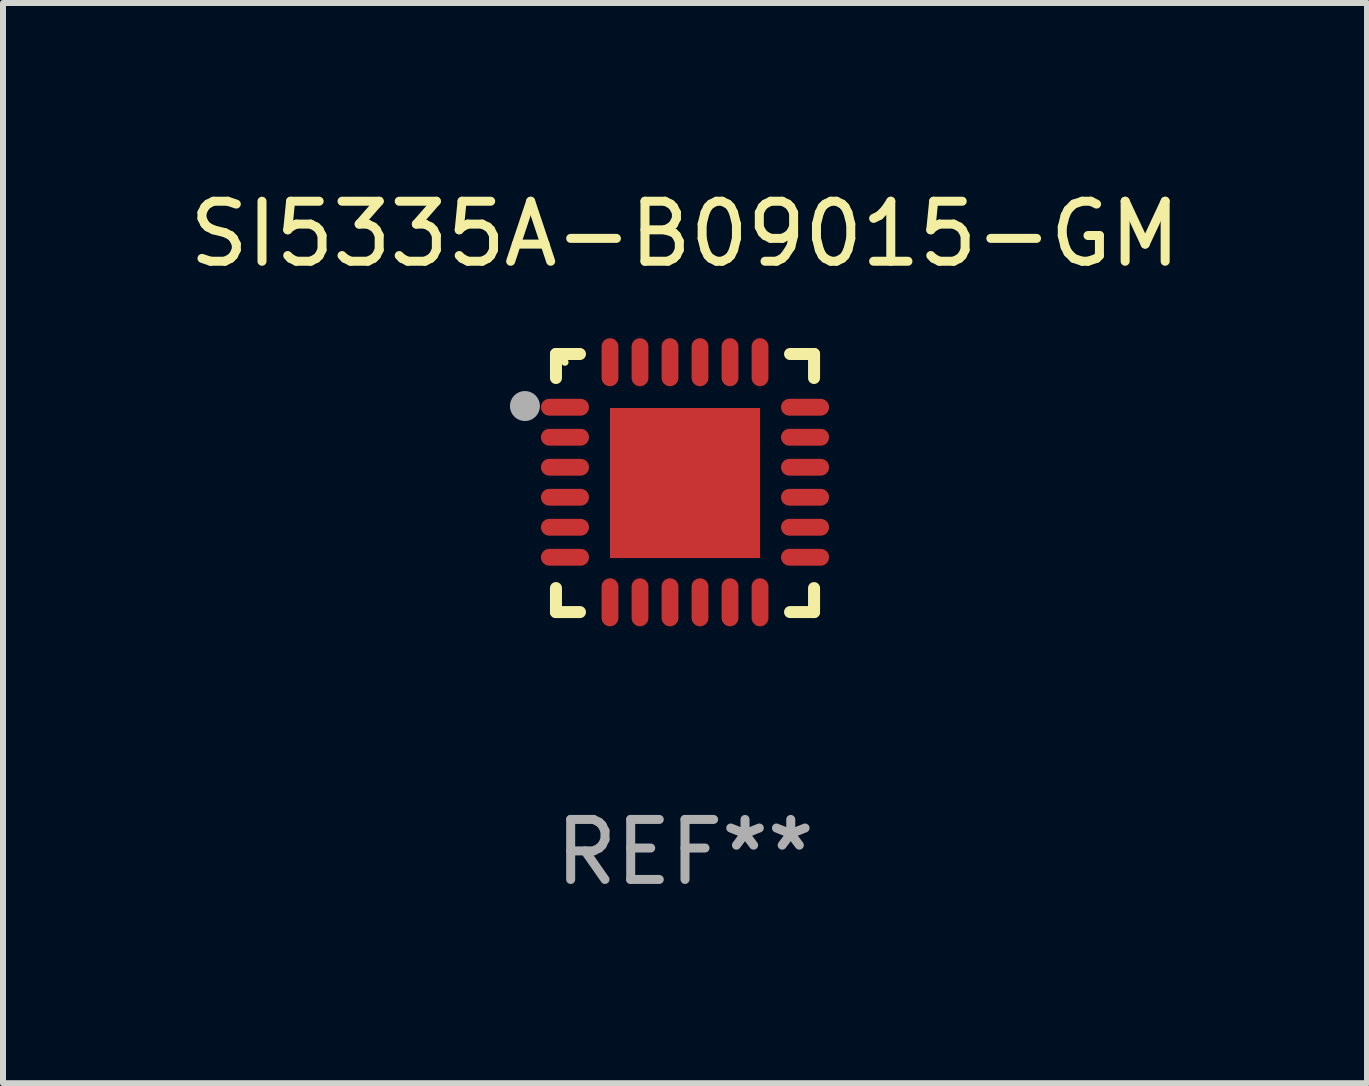
<source format=kicad_pcb>
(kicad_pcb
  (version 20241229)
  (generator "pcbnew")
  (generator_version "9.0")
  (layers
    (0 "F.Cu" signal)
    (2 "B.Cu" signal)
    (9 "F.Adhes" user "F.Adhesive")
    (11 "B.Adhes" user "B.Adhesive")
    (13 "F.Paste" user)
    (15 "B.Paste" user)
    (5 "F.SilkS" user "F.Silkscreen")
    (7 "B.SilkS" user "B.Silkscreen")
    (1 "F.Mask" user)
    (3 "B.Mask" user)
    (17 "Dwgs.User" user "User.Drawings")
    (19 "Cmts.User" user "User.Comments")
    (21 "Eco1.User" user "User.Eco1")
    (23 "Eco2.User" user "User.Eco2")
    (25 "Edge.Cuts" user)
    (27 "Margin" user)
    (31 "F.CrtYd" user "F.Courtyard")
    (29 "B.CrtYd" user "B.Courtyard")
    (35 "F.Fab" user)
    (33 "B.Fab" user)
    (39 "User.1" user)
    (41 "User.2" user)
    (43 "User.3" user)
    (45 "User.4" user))
  (footprint "SI5335A-B09015-GM"
    (layer "F.Cu")
    (at 8.363 4.998)
    (property "Reference" "SI5335A-B09015-GM" (at 0 -4.15 0) (layer "F.SilkS") (effects (font (size 1 1) (thickness 0.15))))
    (attr through_hole)
    (fp_line (start -2.15 -2.15) (end -1.75 -2.15) (stroke (width 0.2) (type solid)) (layer "F.SilkS"))
    (fp_line (start -2.15 -1.75) (end -2.15 -2.15) (stroke (width 0.2) (type solid)) (layer "F.SilkS"))
    (fp_line (start -2.15 2.15) (end -2.15 1.75) (stroke (width 0.2) (type solid)) (layer "F.SilkS"))
    (fp_line (start -1.75 2.15) (end -2.15 2.15) (stroke (width 0.2) (type solid)) (layer "F.SilkS"))
    (fp_line (start 1.75 -2.15) (end 2.15 -2.15) (stroke (width 0.2) (type solid)) (layer "F.SilkS"))
    (fp_line (start 1.75 2.15) (end 2.15 2.15) (stroke (width 0.2) (type solid)) (layer "F.SilkS"))
    (fp_line (start 2.15 -2.15) (end 2.15 -1.75) (stroke (width 0.2) (type solid)) (layer "F.SilkS"))
    (fp_line (start 2.15 2.15) (end 2.15 1.75) (stroke (width 0.2) (type solid)) (layer "F.SilkS"))
    (fp_circle (center -2 -2.013) (end -1.97 -2.013) (stroke (width 0.06) (type solid)) (fill no) (layer "F.SilkS"))
    (fp_circle (center -2.667 -1.283) (end -2.542 -1.283) (stroke (width 0.25) (type solid)) (fill no) (layer "F.Fab"))
    (fp_text user "REF**" (at 0 6.15 0) (layer "F.Fab") (effects (font (size 1 1) (thickness 0.15))))
    (pad "1" smd oval (at -2 -1.263) (size 0.8 0.28) (layers "F.Cu" "F.Mask" "F.Paste"))
    (pad "2" smd oval (at -2 -0.763) (size 0.8 0.28) (layers "F.Cu" "F.Mask" "F.Paste"))
    (pad "3" smd oval (at -2 -0.263) (size 0.8 0.28) (layers "F.Cu" "F.Mask" "F.Paste"))
    (pad "4" smd oval (at -2 0.237) (size 0.8 0.28) (layers "F.Cu" "F.Mask" "F.Paste"))
    (pad "5" smd oval (at -2 0.737) (size 0.8 0.28) (layers "F.Cu" "F.Mask" "F.Paste"))
    (pad "6" smd oval (at -2 1.237) (size 0.8 0.28) (layers "F.Cu" "F.Mask" "F.Paste"))
    (pad "7" smd oval (at -1.25 1.987) (size 0.28 0.8) (layers "F.Cu" "F.Mask" "F.Paste"))
    (pad "8" smd oval (at -0.75 1.987) (size 0.28 0.8) (layers "F.Cu" "F.Mask" "F.Paste"))
    (pad "9" smd oval (at -0.25 1.987) (size 0.28 0.8) (layers "F.Cu" "F.Mask" "F.Paste"))
    (pad "10" smd oval (at 0.25 1.987) (size 0.28 0.8) (layers "F.Cu" "F.Mask" "F.Paste"))
    (pad "11" smd oval (at 0.75 1.987) (size 0.28 0.8) (layers "F.Cu" "F.Mask" "F.Paste"))
    (pad "12" smd oval (at 1.25 1.987) (size 0.28 0.8) (layers "F.Cu" "F.Mask" "F.Paste"))
    (pad "13" smd oval (at 2 1.237) (size 0.8 0.28) (layers "F.Cu" "F.Mask" "F.Paste"))
    (pad "14" smd oval (at 2 0.737) (size 0.8 0.28) (layers "F.Cu" "F.Mask" "F.Paste"))
    (pad "15" smd oval (at 2 0.237) (size 0.8 0.28) (layers "F.Cu" "F.Mask" "F.Paste"))
    (pad "16" smd oval (at 2 -0.263) (size 0.8 0.28) (layers "F.Cu" "F.Mask" "F.Paste"))
    (pad "17" smd oval (at 2 -0.763) (size 0.8 0.28) (layers "F.Cu" "F.Mask" "F.Paste"))
    (pad "18" smd oval (at 2 -1.263) (size 0.8 0.28) (layers "F.Cu" "F.Mask" "F.Paste"))
    (pad "19" smd oval (at 1.25 -2.013) (size 0.28 0.8) (layers "F.Cu" "F.Mask" "F.Paste"))
    (pad "20" smd oval (at 0.75 -2.013) (size 0.28 0.8) (layers "F.Cu" "F.Mask" "F.Paste"))
    (pad "21" smd oval (at 0.25 -2.013) (size 0.28 0.8) (layers "F.Cu" "F.Mask" "F.Paste"))
    (pad "22" smd oval (at -0.25 -2.013) (size 0.28 0.8) (layers "F.Cu" "F.Mask" "F.Paste"))
    (pad "23" smd oval (at -0.75 -2.013) (size 0.28 0.8) (layers "F.Cu" "F.Mask" "F.Paste"))
    (pad "24" smd oval (at -1.25 -2.013) (size 0.28 0.8) (layers "F.Cu" "F.Mask" "F.Paste"))
    (pad "25" smd rect (at -0.000127 -0.00014) (size 2.5 2.5) (layers "F.Cu" "F.Mask" "F.Paste")))
  (gr_rect
    (start -3 -3)
    (end 19.726 14.997)
    (stroke (width 0.1) (type default))
    (fill no)
    (layer "Edge.Cuts")))
</source>
